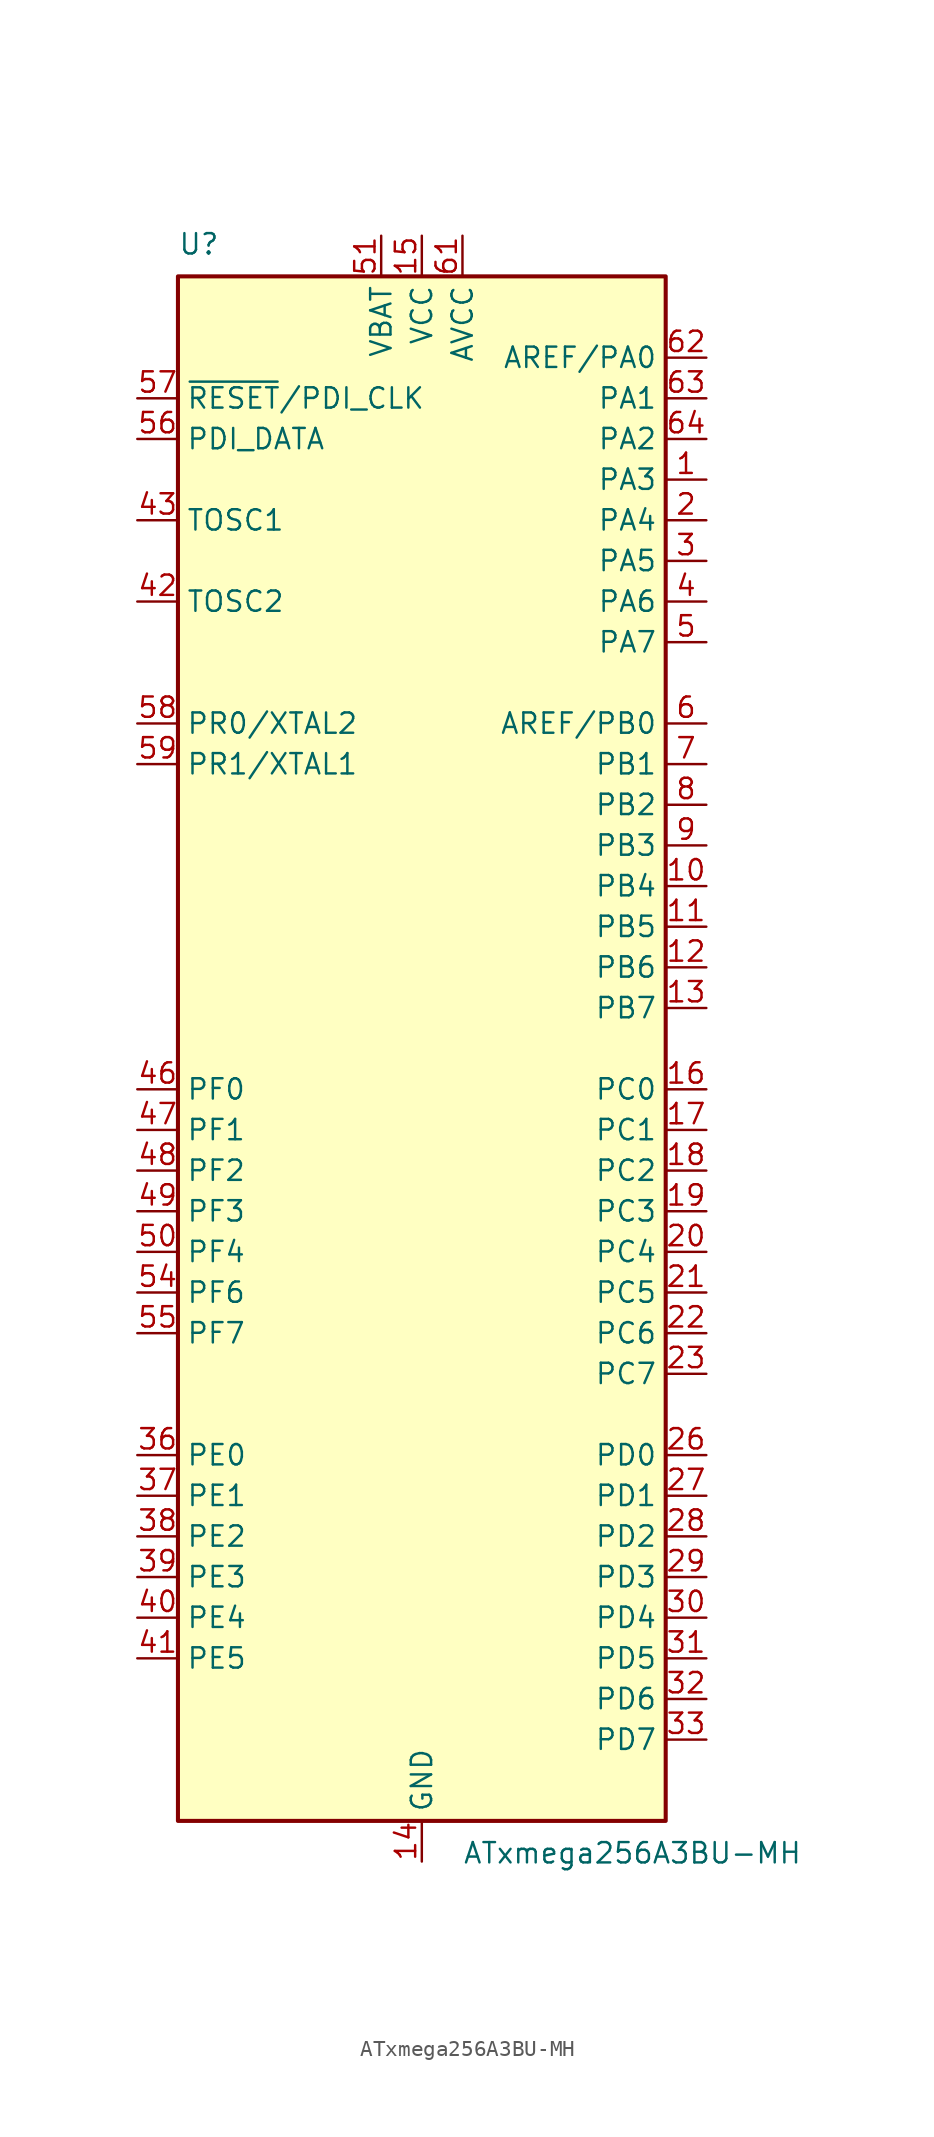
<source format=kicad_sym>
(kicad_symbol_lib
  (version 20211014)
  (generator kicad_symbol_editor)
  (symbol "ATxmega256A3BU-MH"
    (property "Reference" "U"
      (at -15.24 49.53 0)
      (effects (font (size 1.27 1.27)) (justify left bottom)))
    (property "Value" "ATxmega256A3BU-MH"
      (at 2.54 -49.53 0)
      (effects (font (size 1.27 1.27)) (justify left top)))
    (symbol "ATxmega256A3BU-MH_0_1"
      (rectangle (start -15.24 -48.26) (end 15.24 48.26) (stroke (width 0.254) (type default) (color 0 0 0 0)) (fill (type background))))
    (symbol "ATxmega256A3BU-MH_1_1"
      (pin bidirectional line (at 17.78 35.56 180) (length 2.54) (name "PA3" (effects (font (size 1.27 1.27)))) (number "1" (effects (font (size 1.27 1.27)))))
      (pin bidirectional line (at 17.78 10.16 180) (length 2.54) (name "PB4" (effects (font (size 1.27 1.27)))) (number "10" (effects (font (size 1.27 1.27)))))
      (pin bidirectional line (at 17.78 7.62 180) (length 2.54) (name "PB5" (effects (font (size 1.27 1.27)))) (number "11" (effects (font (size 1.27 1.27)))))
      (pin bidirectional line (at 17.78 5.08 180) (length 2.54) (name "PB6" (effects (font (size 1.27 1.27)))) (number "12" (effects (font (size 1.27 1.27)))))
      (pin bidirectional line (at 17.78 2.54 180) (length 2.54) (name "PB7" (effects (font (size 1.27 1.27)))) (number "13" (effects (font (size 1.27 1.27)))))
      (pin power_in line (at 0 -50.8 90) (length 2.54) (name "GND" (effects (font (size 1.27 1.27)))) (number "14" (effects (font (size 1.27 1.27)))))
      (pin power_in line (at 0 50.8 270) (length 2.54) (name "VCC" (effects (font (size 1.27 1.27)))) (number "15" (effects (font (size 1.27 1.27)))))
      (pin bidirectional line (at 17.78 -2.54 180) (length 2.54) (name "PC0" (effects (font (size 1.27 1.27)))) (number "16" (effects (font (size 1.27 1.27)))))
      (pin bidirectional line (at 17.78 -5.08 180) (length 2.54) (name "PC1" (effects (font (size 1.27 1.27)))) (number "17" (effects (font (size 1.27 1.27)))))
      (pin bidirectional line (at 17.78 -7.62 180) (length 2.54) (name "PC2" (effects (font (size 1.27 1.27)))) (number "18" (effects (font (size 1.27 1.27)))))
      (pin bidirectional line (at 17.78 -10.16 180) (length 2.54) (name "PC3" (effects (font (size 1.27 1.27)))) (number "19" (effects (font (size 1.27 1.27)))))
      (pin bidirectional line (at 17.78 33.02 180) (length 2.54) (name "PA4" (effects (font (size 1.27 1.27)))) (number "2" (effects (font (size 1.27 1.27)))))
      (pin bidirectional line (at 17.78 -12.7 180) (length 2.54) (name "PC4" (effects (font (size 1.27 1.27)))) (number "20" (effects (font (size 1.27 1.27)))))
      (pin bidirectional line (at 17.78 -15.24 180) (length 2.54) (name "PC5" (effects (font (size 1.27 1.27)))) (number "21" (effects (font (size 1.27 1.27)))))
      (pin bidirectional line (at 17.78 -17.78 180) (length 2.54) (name "PC6" (effects (font (size 1.27 1.27)))) (number "22" (effects (font (size 1.27 1.27)))))
      (pin bidirectional line (at 17.78 -20.32 180) (length 2.54) (name "PC7" (effects (font (size 1.27 1.27)))) (number "23" (effects (font (size 1.27 1.27)))))
      (pin passive line (at 0 -50.8 90) (length 2.54) hide (name "GND" (effects (font (size 1.27 1.27)))) (number "24" (effects (font (size 1.27 1.27)))))
      (pin passive line (at 0 50.8 270) (length 2.54) hide (name "VCC" (effects (font (size 1.27 1.27)))) (number "25" (effects (font (size 1.27 1.27)))))
      (pin bidirectional line (at 17.78 -25.4 180) (length 2.54) (name "PD0" (effects (font (size 1.27 1.27)))) (number "26" (effects (font (size 1.27 1.27)))))
      (pin bidirectional line (at 17.78 -27.94 180) (length 2.54) (name "PD1" (effects (font (size 1.27 1.27)))) (number "27" (effects (font (size 1.27 1.27)))))
      (pin bidirectional line (at 17.78 -30.48 180) (length 2.54) (name "PD2" (effects (font (size 1.27 1.27)))) (number "28" (effects (font (size 1.27 1.27)))))
      (pin bidirectional line (at 17.78 -33.02 180) (length 2.54) (name "PD3" (effects (font (size 1.27 1.27)))) (number "29" (effects (font (size 1.27 1.27)))))
      (pin bidirectional line (at 17.78 30.48 180) (length 2.54) (name "PA5" (effects (font (size 1.27 1.27)))) (number "3" (effects (font (size 1.27 1.27)))))
      (pin bidirectional line (at 17.78 -35.56 180) (length 2.54) (name "PD4" (effects (font (size 1.27 1.27)))) (number "30" (effects (font (size 1.27 1.27)))))
      (pin bidirectional line (at 17.78 -38.1 180) (length 2.54) (name "PD5" (effects (font (size 1.27 1.27)))) (number "31" (effects (font (size 1.27 1.27)))))
      (pin bidirectional line (at 17.78 -40.64 180) (length 2.54) (name "PD6" (effects (font (size 1.27 1.27)))) (number "32" (effects (font (size 1.27 1.27)))))
      (pin bidirectional line (at 17.78 -43.18 180) (length 2.54) (name "PD7" (effects (font (size 1.27 1.27)))) (number "33" (effects (font (size 1.27 1.27)))))
      (pin passive line (at 0 -50.8 90) (length 2.54) hide (name "GND" (effects (font (size 1.27 1.27)))) (number "34" (effects (font (size 1.27 1.27)))))
      (pin passive line (at 0 50.8 270) (length 2.54) hide (name "VCC" (effects (font (size 1.27 1.27)))) (number "35" (effects (font (size 1.27 1.27)))))
      (pin bidirectional line (at -17.78 -25.4 0) (length 2.54) (name "PE0" (effects (font (size 1.27 1.27)))) (number "36" (effects (font (size 1.27 1.27)))))
      (pin bidirectional line (at -17.78 -27.94 0) (length 2.54) (name "PE1" (effects (font (size 1.27 1.27)))) (number "37" (effects (font (size 1.27 1.27)))))
      (pin bidirectional line (at -17.78 -30.48 0) (length 2.54) (name "PE2" (effects (font (size 1.27 1.27)))) (number "38" (effects (font (size 1.27 1.27)))))
      (pin bidirectional line (at -17.78 -33.02 0) (length 2.54) (name "PE3" (effects (font (size 1.27 1.27)))) (number "39" (effects (font (size 1.27 1.27)))))
      (pin bidirectional line (at 17.78 27.94 180) (length 2.54) (name "PA6" (effects (font (size 1.27 1.27)))) (number "4" (effects (font (size 1.27 1.27)))))
      (pin bidirectional line (at -17.78 -35.56 0) (length 2.54) (name "PE4" (effects (font (size 1.27 1.27)))) (number "40" (effects (font (size 1.27 1.27)))))
      (pin bidirectional line (at -17.78 -38.1 0) (length 2.54) (name "PE5" (effects (font (size 1.27 1.27)))) (number "41" (effects (font (size 1.27 1.27)))))
      (pin passive line (at -17.78 27.94 0) (length 2.54) (name "TOSC2" (effects (font (size 1.27 1.27)))) (number "42" (effects (font (size 1.27 1.27)))))
      (pin input line (at -17.78 33.02 0) (length 2.54) (name "TOSC1" (effects (font (size 1.27 1.27)))) (number "43" (effects (font (size 1.27 1.27)))))
      (pin passive line (at 0 -50.8 90) (length 2.54) hide (name "GND" (effects (font (size 1.27 1.27)))) (number "44" (effects (font (size 1.27 1.27)))))
      (pin passive line (at 0 50.8 270) (length 2.54) hide (name "VCC" (effects (font (size 1.27 1.27)))) (number "45" (effects (font (size 1.27 1.27)))))
      (pin bidirectional line (at -17.78 -2.54 0) (length 2.54) (name "PF0" (effects (font (size 1.27 1.27)))) (number "46" (effects (font (size 1.27 1.27)))))
      (pin bidirectional line (at -17.78 -5.08 0) (length 2.54) (name "PF1" (effects (font (size 1.27 1.27)))) (number "47" (effects (font (size 1.27 1.27)))))
      (pin bidirectional line (at -17.78 -7.62 0) (length 2.54) (name "PF2" (effects (font (size 1.27 1.27)))) (number "48" (effects (font (size 1.27 1.27)))))
      (pin bidirectional line (at -17.78 -10.16 0) (length 2.54) (name "PF3" (effects (font (size 1.27 1.27)))) (number "49" (effects (font (size 1.27 1.27)))))
      (pin bidirectional line (at 17.78 25.4 180) (length 2.54) (name "PA7" (effects (font (size 1.27 1.27)))) (number "5" (effects (font (size 1.27 1.27)))))
      (pin bidirectional line (at -17.78 -12.7 0) (length 2.54) (name "PF4" (effects (font (size 1.27 1.27)))) (number "50" (effects (font (size 1.27 1.27)))))
      (pin power_in line (at -2.54 50.8 270) (length 2.54) (name "VBAT" (effects (font (size 1.27 1.27)))) (number "51" (effects (font (size 1.27 1.27)))))
      (pin passive line (at 0 -50.8 90) (length 2.54) hide (name "GND" (effects (font (size 1.27 1.27)))) (number "52" (effects (font (size 1.27 1.27)))))
      (pin passive line (at 0 50.8 270) (length 2.54) hide (name "VCC" (effects (font (size 1.27 1.27)))) (number "53" (effects (font (size 1.27 1.27)))))
      (pin bidirectional line (at -17.78 -15.24 0) (length 2.54) (name "PF6" (effects (font (size 1.27 1.27)))) (number "54" (effects (font (size 1.27 1.27)))))
      (pin bidirectional line (at -17.78 -17.78 0) (length 2.54) (name "PF7" (effects (font (size 1.27 1.27)))) (number "55" (effects (font (size 1.27 1.27)))))
      (pin bidirectional line (at -17.78 38.1 0) (length 2.54) (name "PDI_DATA" (effects (font (size 1.27 1.27)))) (number "56" (effects (font (size 1.27 1.27)))))
      (pin input line (at -17.78 40.64 0) (length 2.54) (name "~{RESET}/PDI_CLK" (effects (font (size 1.27 1.27)))) (number "57" (effects (font (size 1.27 1.27)))))
      (pin bidirectional line (at -17.78 20.32 0) (length 2.54) (name "PR0/XTAL2" (effects (font (size 1.27 1.27)))) (number "58" (effects (font (size 1.27 1.27)))))
      (pin bidirectional line (at -17.78 17.78 0) (length 2.54) (name "PR1/XTAL1" (effects (font (size 1.27 1.27)))) (number "59" (effects (font (size 1.27 1.27)))))
      (pin bidirectional line (at 17.78 20.32 180) (length 2.54) (name "AREF/PB0" (effects (font (size 1.27 1.27)))) (number "6" (effects (font (size 1.27 1.27)))))
      (pin passive line (at 0 -50.8 90) (length 2.54) hide (name "GND" (effects (font (size 1.27 1.27)))) (number "60" (effects (font (size 1.27 1.27)))))
      (pin power_in line (at 2.54 50.8 270) (length 2.54) (name "AVCC" (effects (font (size 1.27 1.27)))) (number "61" (effects (font (size 1.27 1.27)))))
      (pin bidirectional line (at 17.78 43.18 180) (length 2.54) (name "AREF/PA0" (effects (font (size 1.27 1.27)))) (number "62" (effects (font (size 1.27 1.27)))))
      (pin bidirectional line (at 17.78 40.64 180) (length 2.54) (name "PA1" (effects (font (size 1.27 1.27)))) (number "63" (effects (font (size 1.27 1.27)))))
      (pin bidirectional line (at 17.78 38.1 180) (length 2.54) (name "PA2" (effects (font (size 1.27 1.27)))) (number "64" (effects (font (size 1.27 1.27)))))
      (pin passive line (at 0 -50.8 90) (length 2.54) hide (name "GND" (effects (font (size 1.27 1.27)))) (number "65" (effects (font (size 1.27 1.27)))))
      (pin bidirectional line (at 17.78 17.78 180) (length 2.54) (name "PB1" (effects (font (size 1.27 1.27)))) (number "7" (effects (font (size 1.27 1.27)))))
      (pin bidirectional line (at 17.78 15.24 180) (length 2.54) (name "PB2" (effects (font (size 1.27 1.27)))) (number "8" (effects (font (size 1.27 1.27)))))
      (pin bidirectional line (at 17.78 12.7 180) (length 2.54) (name "PB3" (effects (font (size 1.27 1.27)))) (number "9" (effects (font (size 1.27 1.27))))))))
</source>
